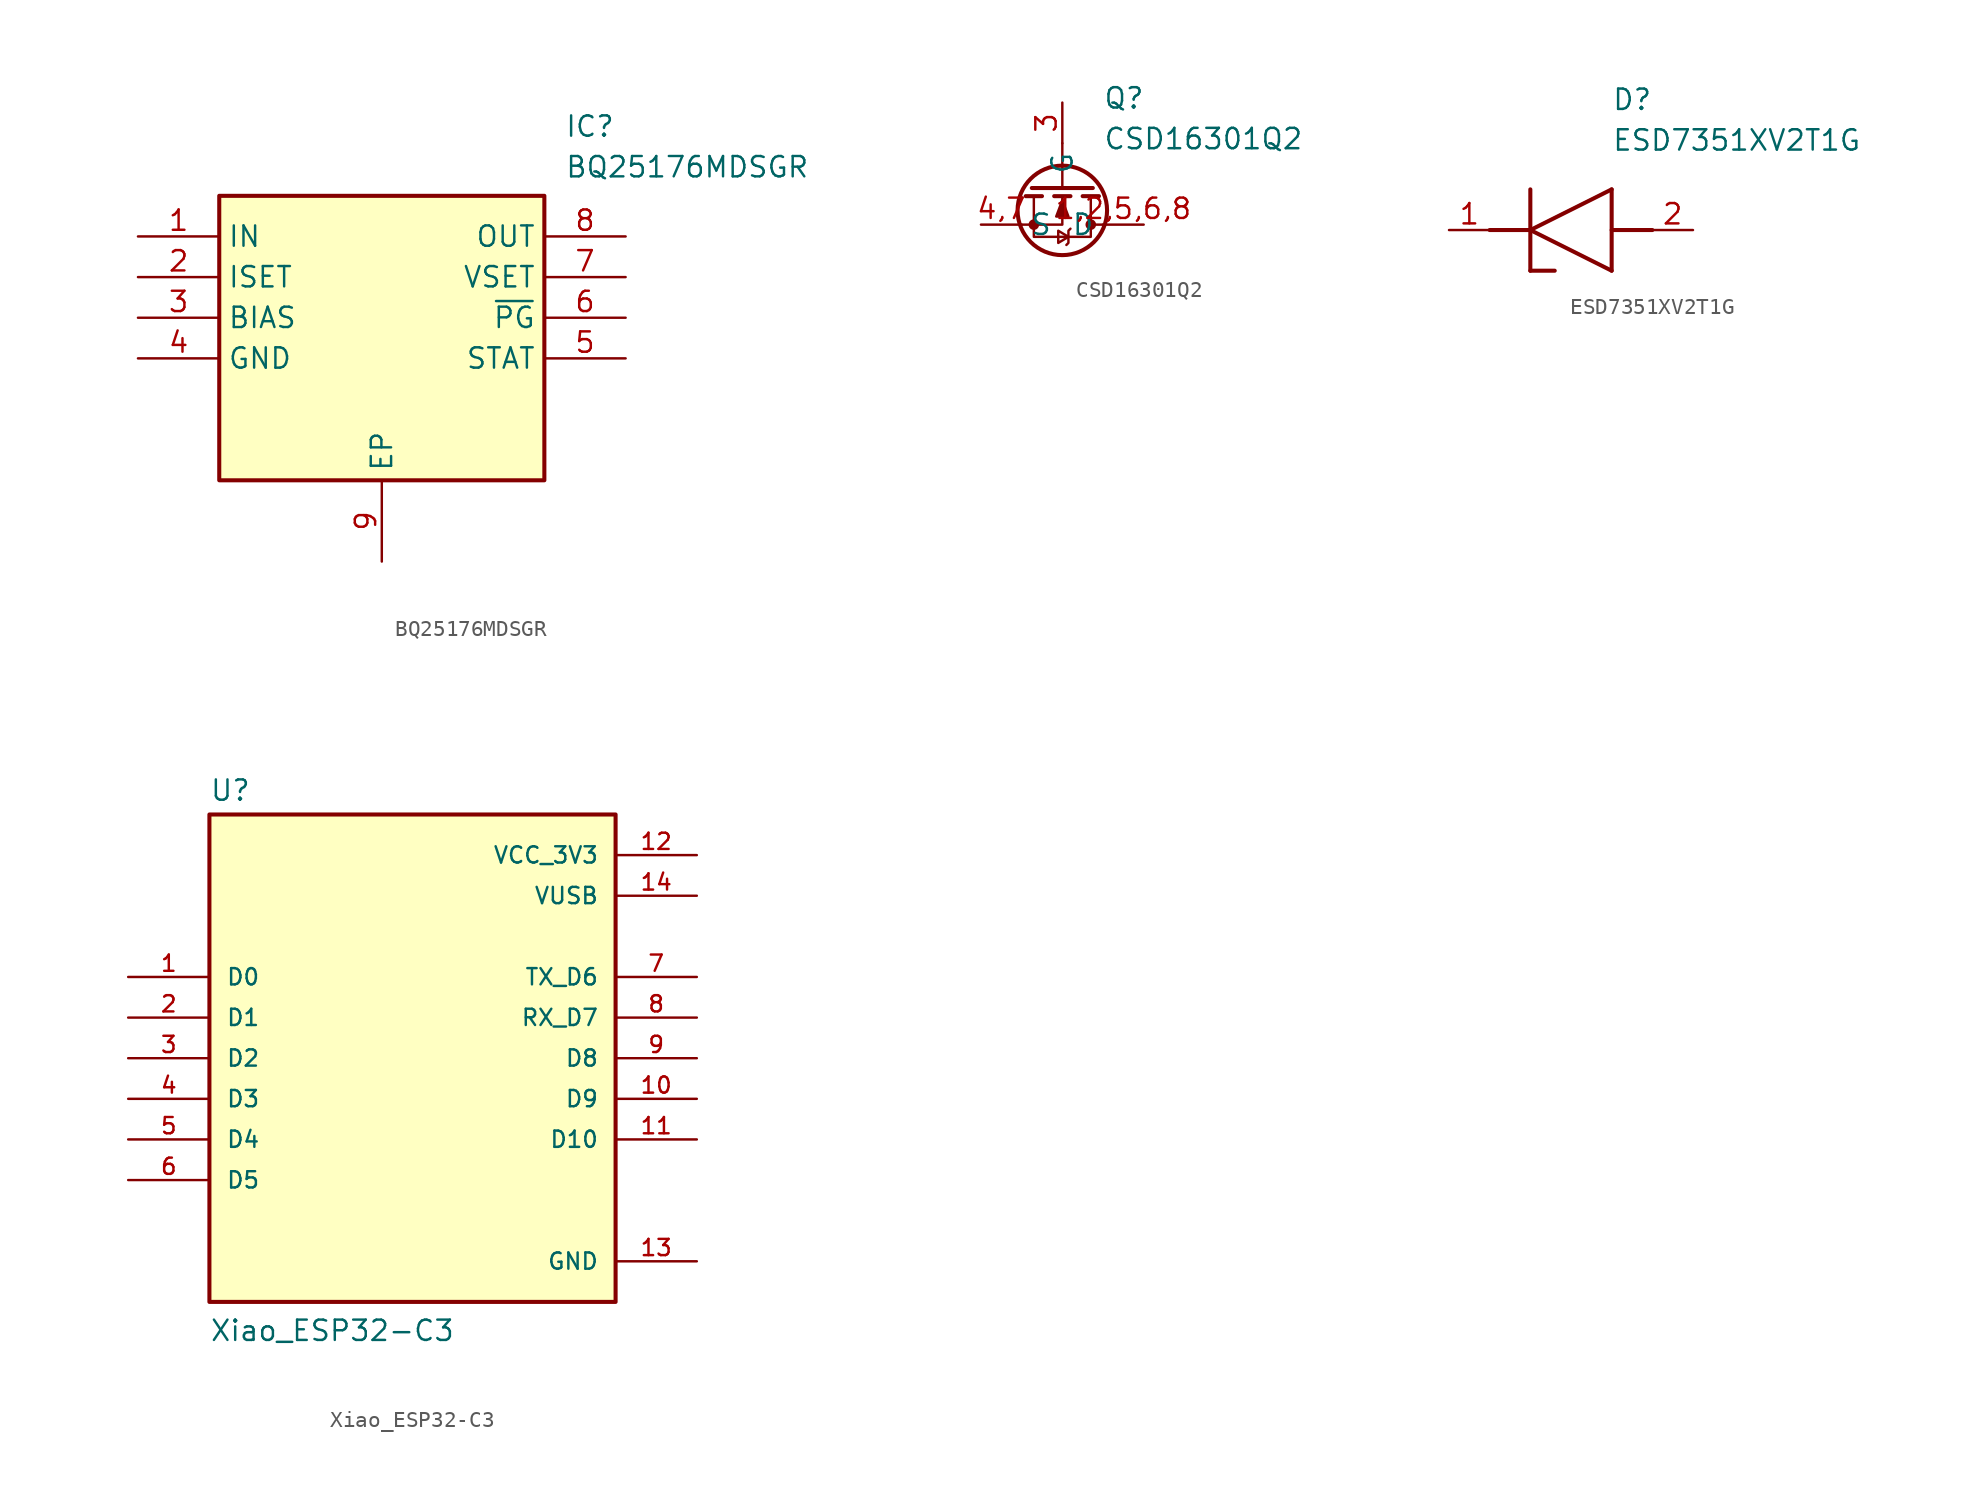
<source format=kicad_sym>
(kicad_symbol_lib
  (version 20241209)
  (generator "kicad_symbol_editor")
  (generator_version "9.0")
  (symbol "BQ25176MDSGR"
    (property "Reference" "IC"
      (at 26.67 7.62 0)
      (effects (font (size 1.27 1.27)) (justify left top)))
    (property "Value" "BQ25176MDSGR"
      (at 26.67 5.08 0)
      (effects (font (size 1.27 1.27)) (justify left top)))
    (symbol "BQ25176MDSGR_1_1"
      (rectangle (start 5.08 2.54) (end 25.4 -15.24) (stroke (width 0.254) (type default)) (fill (type background)))
      (pin passive line (at 0 0 0) (length 5.08) (name "IN" (effects (font (size 1.27 1.27)))) (number "1" (effects (font (size 1.27 1.27)))))
      (pin passive line (at 0 -2.54 0) (length 5.08) (name "ISET" (effects (font (size 1.27 1.27)))) (number "2" (effects (font (size 1.27 1.27)))))
      (pin passive line (at 0 -5.08 0) (length 5.08) (name "BIAS" (effects (font (size 1.27 1.27)))) (number "3" (effects (font (size 1.27 1.27)))))
      (pin passive line (at 0 -7.62 0) (length 5.08) (name "GND" (effects (font (size 1.27 1.27)))) (number "4" (effects (font (size 1.27 1.27)))))
      (pin passive line (at 15.24 -20.32 90) (length 5.08) (name "EP" (effects (font (size 1.27 1.27)))) (number "9" (effects (font (size 1.27 1.27)))))
      (pin passive line (at 30.48 0 180) (length 5.08) (name "OUT" (effects (font (size 1.27 1.27)))) (number "8" (effects (font (size 1.27 1.27)))))
      (pin passive line (at 30.48 -2.54 180) (length 5.08) (name "VSET" (effects (font (size 1.27 1.27)))) (number "7" (effects (font (size 1.27 1.27)))))
      (pin passive line (at 30.48 -5.08 180) (length 5.08) (name "~{PG}" (effects (font (size 1.27 1.27)))) (number "6" (effects (font (size 1.27 1.27)))))
      (pin passive line (at 30.48 -7.62 180) (length 5.08) (name "STAT" (effects (font (size 1.27 1.27)))) (number "5" (effects (font (size 1.27 1.27)))))))
  (symbol "CSD16301Q2"
    (property "Reference" "Q"
      (at 2.54 8.636 0)
      (effects (font (size 1.27 1.27)) (justify left top)))
    (property "Value" "CSD16301Q2"
      (at 2.54 6.096 0)
      (effects (font (size 1.27 1.27)) (justify left top)))
    (symbol "CSD16301Q2_0_1"
      (polyline (pts (xy -2.54 0) (xy 0 0) (xy 0 1.778)) (stroke (width 0) (type default)) (fill (type none)))
      (polyline (pts (xy -1.778 1.778) (xy -1.778 -0.762) (xy 1.778 -0.762) (xy 1.778 1.778)) (stroke (width 0) (type default)) (fill (type none)))
      (circle (center -1.778 0) (radius 0.254) (stroke (width 0) (type default)) (fill (type outline)))
      (polyline (pts (xy -1.27 1.778) (xy -2.286 1.778)) (stroke (width 0.254) (type default)) (fill (type none)))
      (polyline (pts (xy 0 2.286) (xy 0 5.08)) (stroke (width 0) (type default)) (fill (type none)))
      (polyline (pts (xy 0 1.524) (xy 0.381 0.508) (xy -0.381 0.508) (xy 0 1.524)) (stroke (width 0) (type default)) (fill (type outline)))
      (circle (center 0 0.889) (radius 2.794) (stroke (width 0.254) (type default)) (fill (type none)))
      (polyline (pts (xy 0.381 -0.762) (xy -0.254 -0.381) (xy -0.254 -1.143) (xy 0.381 -0.762)) (stroke (width 0) (type default)) (fill (type none)))
      (polyline (pts (xy 0.508 1.778) (xy -0.508 1.778)) (stroke (width 0.254) (type default)) (fill (type none)))
      (polyline (pts (xy 0.508 -0.254) (xy 0.381 -0.381) (xy 0.381 -1.143) (xy 0.254 -1.27)) (stroke (width 0) (type default)) (fill (type none)))
      (circle (center 1.778 0) (radius 0.254) (stroke (width 0) (type default)) (fill (type outline)))
      (polyline (pts (xy 1.905 2.286) (xy -1.905 2.286)) (stroke (width 0.254) (type default)) (fill (type none)))
      (polyline (pts (xy 2.286 1.778) (xy 1.27 1.778)) (stroke (width 0.254) (type default)) (fill (type none)))
      (polyline (pts (xy 2.54 0) (xy 1.778 0)) (stroke (width 0) (type default)) (fill (type none))))
    (symbol "CSD16301Q2_1_1"
      (pin passive line (at -5.08 0 0) (length 2.54) (name "S" (effects (font (size 1.27 1.27)))) (number "4,7" (effects (font (size 1.27 1.27)))))
      (pin input line (at 0 7.62 270) (length 2.54) (name "G" (effects (font (size 1.27 1.27)))) (number "3" (effects (font (size 1.27 1.27)))))
      (pin passive line (at 5.08 0 180) (length 2.54) (name "D" (effects (font (size 1.27 1.27)))) (number "1,2,5,6,8" (effects (font (size 1.27 1.27)))))))
  (symbol "ESD7351XV2T1G"
    (pin_names
      (hide yes))
    (property "Reference" "D"
      (at 10.16 8.89 0)
      (effects (font (size 1.27 1.27)) (justify left top)))
    (property "Value" "ESD7351XV2T1G"
      (at 10.16 6.35 0)
      (effects (font (size 1.27 1.27)) (justify left top)))
    (symbol "ESD7351XV2T1G_1_1"
      (polyline (pts (xy 2.54 0) (xy 5.08 0)) (stroke (width 0.254) (type default)) (fill (type none)))
      (polyline (pts (xy 5.08 2.54) (xy 5.08 -2.54)) (stroke (width 0.254) (type default)) (fill (type none)))
      (polyline (pts (xy 5.08 0) (xy 10.16 2.54)) (stroke (width 0.254) (type default)) (fill (type none)))
      (polyline (pts (xy 5.08 -2.54) (xy 6.604 -2.54)) (stroke (width 0.254) (type default)) (fill (type none)))
      (polyline (pts (xy 10.16 -2.54) (xy 5.08 0)) (stroke (width 0.254) (type default)) (fill (type none)))
      (polyline (pts (xy 10.16 -2.54) (xy 10.16 2.54)) (stroke (width 0.254) (type default)) (fill (type none)))
      (polyline (pts (xy 12.7 0) (xy 10.16 0)) (stroke (width 0.254) (type default)) (fill (type none)))
      (pin passive line (at 0 0 0) (length 2.54) (name "K" (effects (font (size 1.27 1.27)))) (number "1" (effects (font (size 1.27 1.27)))))
      (pin passive line (at 15.24 0 180) (length 2.54) (name "A" (effects (font (size 1.27 1.27)))) (number "2" (effects (font (size 1.27 1.27)))))))
  (symbol "Xiao_ESP32-C3"
    (pin_names
      (offset 1.016))
    (property "Reference" "U"
      (at -12.7 16.002 0)
      (effects (font (size 1.27 1.27)) (justify left bottom)))
    (property "Value" "Xiao_ESP32-C3"
      (at -12.7 -17.78 0)
      (effects (font (size 1.27 1.27)) (justify left bottom)))
    (symbol "Xiao_ESP32-C3_0_0"
      (rectangle (start -12.7 -15.24) (end 12.7 15.24) (stroke (width 0.254) (type default)) (fill (type background)))
      (pin bidirectional line (at -17.78 5.08 0) (length 5.08) (name "D0" (effects (font (size 1.016 1.016)))) (number "1" (effects (font (size 1.016 1.016)))))
      (pin bidirectional line (at -17.78 2.54 0) (length 5.08) (name "D1" (effects (font (size 1.016 1.016)))) (number "2" (effects (font (size 1.016 1.016)))))
      (pin bidirectional line (at -17.78 0 0) (length 5.08) (name "D2" (effects (font (size 1.016 1.016)))) (number "3" (effects (font (size 1.016 1.016)))))
      (pin bidirectional line (at -17.78 -2.54 0) (length 5.08) (name "D3" (effects (font (size 1.016 1.016)))) (number "4" (effects (font (size 1.016 1.016)))))
      (pin bidirectional line (at -17.78 -5.08 0) (length 5.08) (name "D4" (effects (font (size 1.016 1.016)))) (number "5" (effects (font (size 1.016 1.016)))))
      (pin bidirectional line (at -17.78 -7.62 0) (length 5.08) (name "D5" (effects (font (size 1.016 1.016)))) (number "6" (effects (font (size 1.016 1.016)))))
      (pin power_in line (at 17.78 12.7 180) (length 5.08) (name "VCC_3V3" (effects (font (size 1.016 1.016)))) (number "12" (effects (font (size 1.016 1.016)))))
      (pin power_in line (at 17.78 10.16 180) (length 5.08) (name "VUSB" (effects (font (size 1.016 1.016)))) (number "14" (effects (font (size 1.016 1.016)))))
      (pin bidirectional line (at 17.78 5.08 180) (length 5.08) (name "TX_D6" (effects (font (size 1.016 1.016)))) (number "7" (effects (font (size 1.016 1.016)))))
      (pin bidirectional line (at 17.78 2.54 180) (length 5.08) (name "RX_D7" (effects (font (size 1.016 1.016)))) (number "8" (effects (font (size 1.016 1.016)))))
      (pin bidirectional line (at 17.78 0 180) (length 5.08) (name "D8" (effects (font (size 1.016 1.016)))) (number "9" (effects (font (size 1.016 1.016)))))
      (pin bidirectional line (at 17.78 -2.54 180) (length 5.08) (name "D9" (effects (font (size 1.016 1.016)))) (number "10" (effects (font (size 1.016 1.016)))))
      (pin bidirectional line (at 17.78 -5.08 180) (length 5.08) (name "D10" (effects (font (size 1.016 1.016)))) (number "11" (effects (font (size 1.016 1.016)))))
      (pin power_in line (at 17.78 -12.7 180) (length 5.08) (name "GND" (effects (font (size 1.016 1.016)))) (number "13" (effects (font (size 1.016 1.016))))))))
</source>
